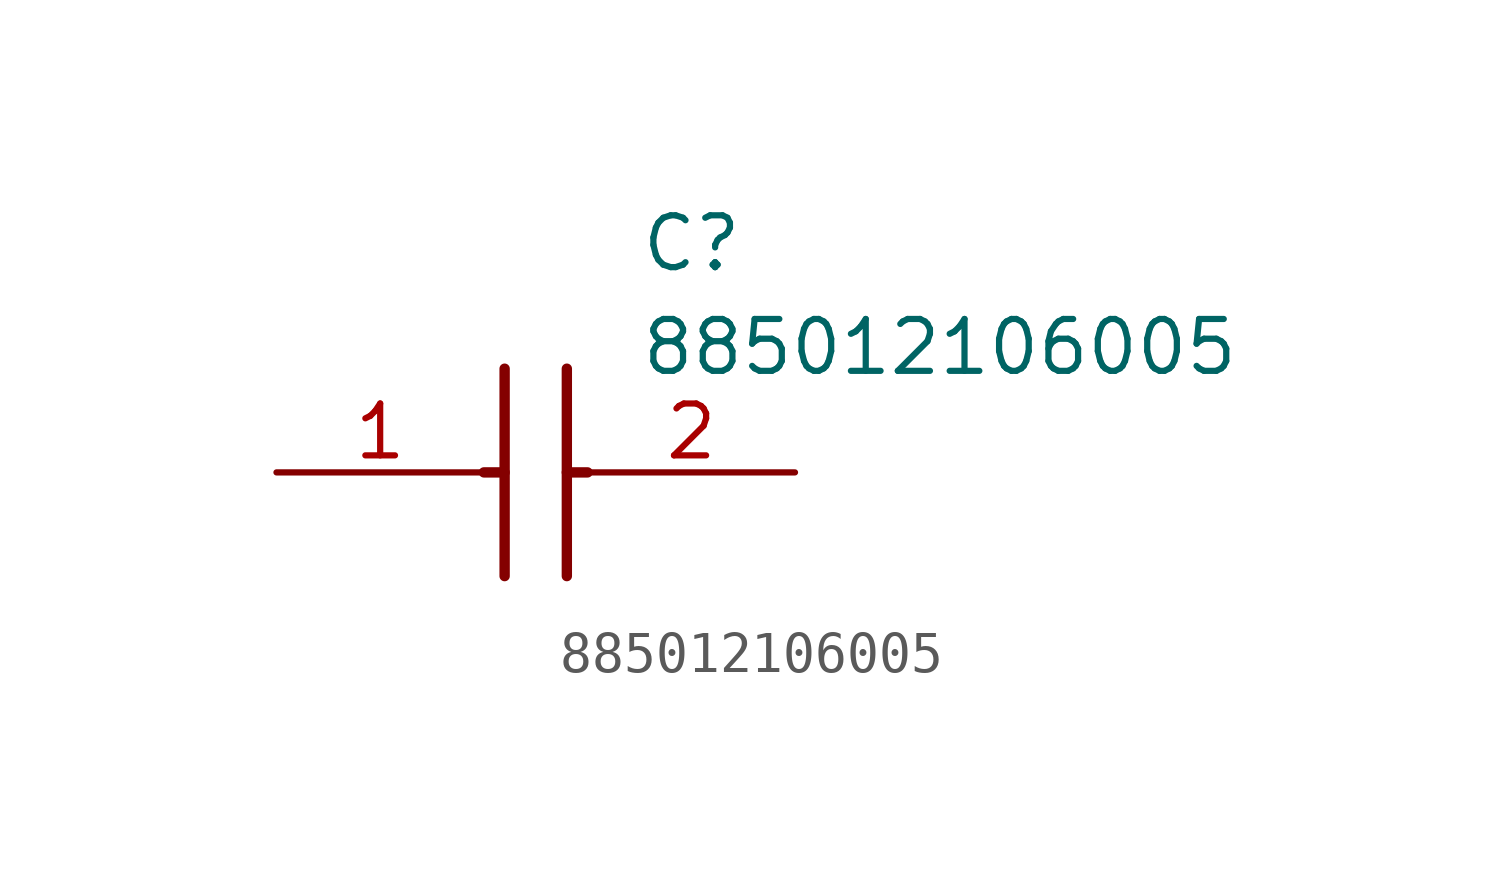
<source format=kicad_sym>
(kicad_symbol_lib
  (version 20211014)
  (generator SamacSys_ECAD_Model)
  (symbol "885012106005"
    (pin_names hide)
    (property "Reference" "C"
      (at 8.89 6.35 0)
      (effects (font (size 1.27 1.27)) (justify left top)))
    (property "Value" "885012106005"
      (at 8.89 3.81 0)
      (effects (font (size 1.27 1.27)) (justify left top)))
    (polyline
      (pts (xy 5.588 2.54) (xy 5.588 -2.54))
      (stroke (width 0.254) (type default))
      (fill (type none)))
    (polyline
      (pts (xy 7.112 2.54) (xy 7.112 -2.54))
      (stroke (width 0.254) (type default))
      (fill (type none)))
    (polyline
      (pts (xy 5.08 0) (xy 5.588 0))
      (stroke (width 0.254) (type default))
      (fill (type none)))
    (polyline
      (pts (xy 7.112 0) (xy 7.62 0))
      (stroke (width 0.254) (type default))
      (fill (type none)))
    (pin passive line
      (at 0 0 0)
      (length 5.08)
      (name "1" (effects (font (size 1.27 1.27))))
      (number "1" (effects (font (size 1.27 1.27)))))
    (pin passive line
      (at 12.7 0 180)
      (length 5.08)
      (name "2" (effects (font (size 1.27 1.27))))
      (number "2" (effects (font (size 1.27 1.27)))))))
</source>
